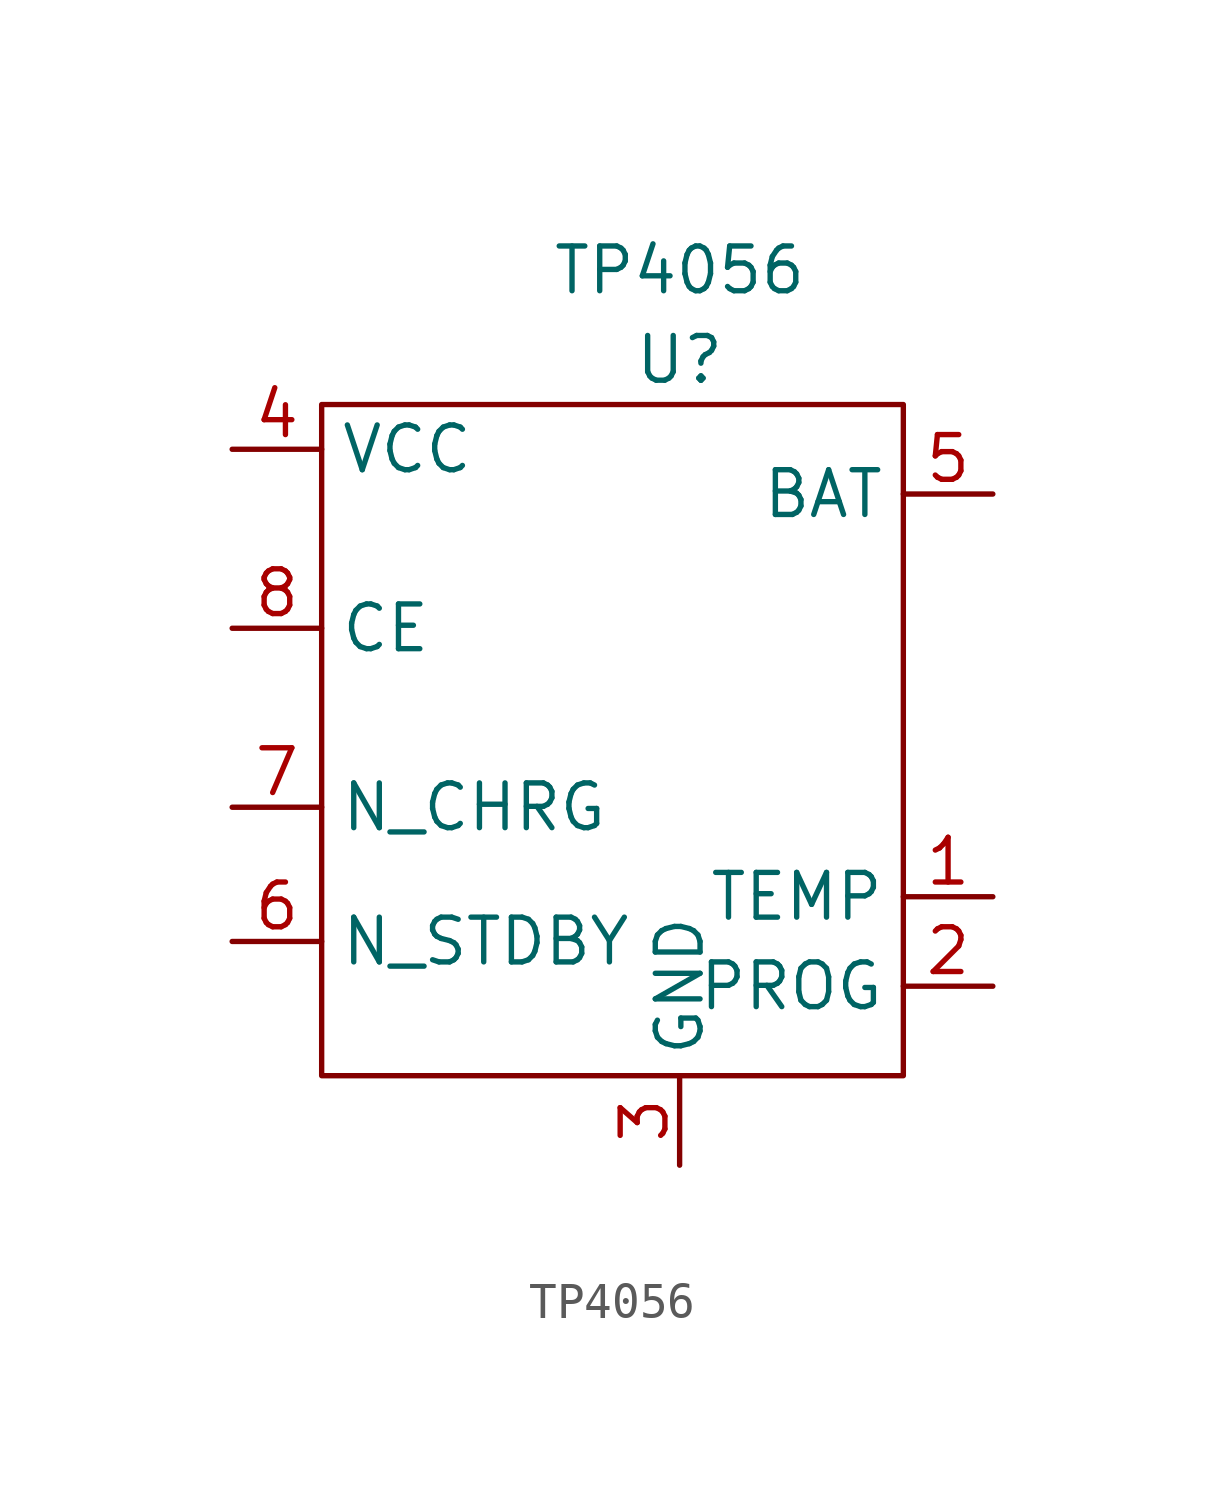
<source format=kicad_sym>
(kicad_symbol_lib
  (version 20211014)
  (generator kicad_symbol_editor)
  (symbol "TP4056"
    (property "Reference" "U"
      (at 3.81 0 0)
      (effects (font (size 1.27 1.27))))
    (property "Value" "TP4056"
      (at 3.81 2.54 0)
      (effects (font (size 1.27 1.27))))
    (symbol "TP4056_0_1"
      (rectangle (start -6.35 -1.27) (end 10.16 -20.32) (stroke (width 0) (type default) (color 0 0 0 0)) (fill (type none))))
    (symbol "TP4056_1_1"
      (pin passive line (at 12.7 -15.24 180) (length 2.54) (name "TEMP" (effects (font (size 1.27 1.27)))) (number "1" (effects (font (size 1.27 1.27)))))
      (pin passive line (at 12.7 -17.78 180) (length 2.54) (name "PROG" (effects (font (size 1.27 1.27)))) (number "2" (effects (font (size 1.27 1.27)))))
      (pin input line (at 3.81 -22.86 90) (length 2.54) (name "GND" (effects (font (size 1.27 1.27)))) (number "3" (effects (font (size 1.27 1.27)))))
      (pin input line (at -8.89 -2.54 0) (length 2.54) (name "VCC" (effects (font (size 1.27 1.27)))) (number "4" (effects (font (size 1.27 1.27)))))
      (pin input line (at 12.7 -3.81 180) (length 2.54) (name "BAT" (effects (font (size 1.27 1.27)))) (number "5" (effects (font (size 1.27 1.27)))))
      (pin output line (at -8.89 -16.51 0) (length 2.54) (name "N_STDBY" (effects (font (size 1.27 1.27)))) (number "6" (effects (font (size 1.27 1.27)))))
      (pin output line (at -8.89 -12.7 0) (length 2.54) (name "N_CHRG" (effects (font (size 1.27 1.27)))) (number "7" (effects (font (size 1.27 1.27)))))
      (pin input line (at -8.89 -7.62 0) (length 2.54) (name "CE" (effects (font (size 1.27 1.27)))) (number "8" (effects (font (size 1.27 1.27))))))))
</source>
